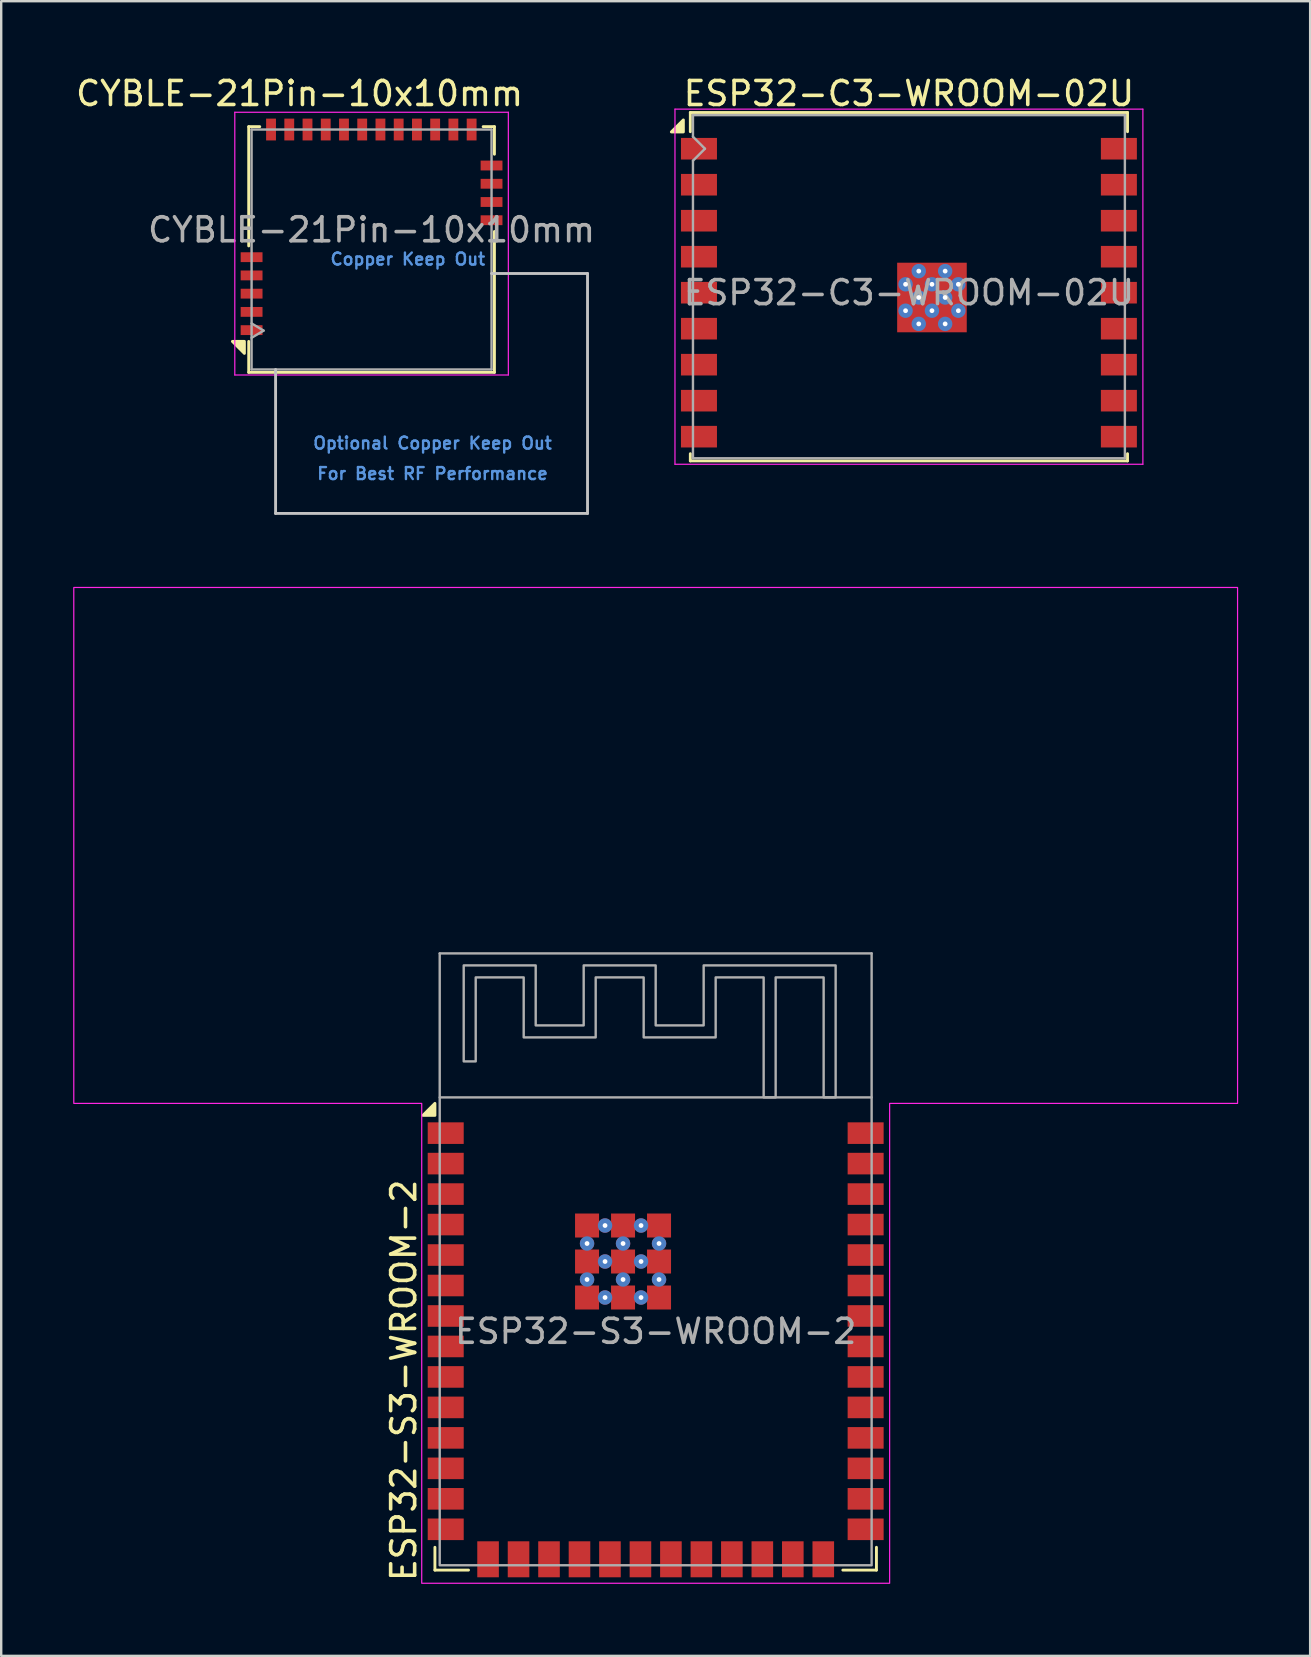
<source format=kicad_pcb>
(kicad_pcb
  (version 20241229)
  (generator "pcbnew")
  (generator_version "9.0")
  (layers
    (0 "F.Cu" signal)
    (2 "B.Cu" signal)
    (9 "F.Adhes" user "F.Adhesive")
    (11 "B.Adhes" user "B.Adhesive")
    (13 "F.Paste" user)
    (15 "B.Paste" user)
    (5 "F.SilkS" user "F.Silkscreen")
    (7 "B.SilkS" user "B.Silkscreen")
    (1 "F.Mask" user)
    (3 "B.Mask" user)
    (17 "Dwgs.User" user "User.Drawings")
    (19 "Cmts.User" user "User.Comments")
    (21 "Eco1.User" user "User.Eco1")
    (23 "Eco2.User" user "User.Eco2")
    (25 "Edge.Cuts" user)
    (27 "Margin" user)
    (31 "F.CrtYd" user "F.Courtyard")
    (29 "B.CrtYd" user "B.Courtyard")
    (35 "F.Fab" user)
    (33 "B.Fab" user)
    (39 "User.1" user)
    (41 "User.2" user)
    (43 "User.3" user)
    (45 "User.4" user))
  (footprint "ESP32-C3-WROOM-02U"
    (layer "F.Cu")
    (at 34.829 9.148)
    (property "Reference" "ESP32-C3-WROOM-02U" (at 0 -8.3 180) (layer "F.SilkS") (effects (font (size 1 1) (thickness 0.15))))
    (attr smd)
    (fp_line (start -9.11 -7.51) (end -9.11 -6.71) (stroke (width 0.12) (type solid)) (layer "F.SilkS"))
    (fp_line (start -9.11 -7.51) (end 9.11 -7.51) (stroke (width 0.12) (type solid)) (layer "F.SilkS"))
    (fp_line (start -9.11 6.71) (end -9.11 7.01) (stroke (width 0.12) (type solid)) (layer "F.SilkS"))
    (fp_line (start -9.11 7.01) (end 9.11 7.01) (stroke (width 0.12) (type solid)) (layer "F.SilkS"))
    (fp_line (start 9.11 -7.51) (end 9.11 -6.71) (stroke (width 0.12) (type solid)) (layer "F.SilkS"))
    (fp_line (start 9.11 6.71) (end 9.11 7.01) (stroke (width 0.12) (type solid)) (layer "F.SilkS"))
    (fp_poly (pts (xy -9.4 -6.7) (xy -9.9 -6.7) (xy -9.4 -7.2) (xy -9.4 -6.7)) (stroke (width 0.12) (type solid)) (fill yes) (layer "F.SilkS"))
    (fp_line (start -9.75 -7.65) (end 9.75 -7.65) (stroke (width 0.05) (type solid)) (layer "F.CrtYd"))
    (fp_line (start -9.75 7.15) (end -9.75 -7.65) (stroke (width 0.05) (type solid)) (layer "F.CrtYd"))
    (fp_line (start -9.75 7.15) (end 9.75 7.15) (stroke (width 0.05) (type solid)) (layer "F.CrtYd"))
    (fp_line (start 9.75 -7.65) (end 9.75 7.15) (stroke (width 0.05) (type solid)) (layer "F.CrtYd"))
    (fp_line (start -9 -7.4) (end -9 -6.5) (stroke (width 0.1) (type solid)) (layer "F.Fab"))
    (fp_line (start -9 -7.4) (end 9 -7.4) (stroke (width 0.1) (type solid)) (layer "F.Fab"))
    (fp_line (start -9 -6.5) (end -8.5 -6) (stroke (width 0.1) (type solid)) (layer "F.Fab"))
    (fp_line (start -9 -5.5) (end -9 6.9) (stroke (width 0.1) (type solid)) (layer "F.Fab"))
    (fp_line (start -9 6.9) (end 9 6.9) (stroke (width 0.1) (type solid)) (layer "F.Fab"))
    (fp_line (start -8.5 -6) (end -9 -5.5) (stroke (width 0.1) (type solid)) (layer "F.Fab"))
    (fp_line (start 9 6.9) (end 9 -7.4) (stroke (width 0.1) (type solid)) (layer "F.Fab"))
    (fp_text user "${REFERENCE}" (at 0 0 0) (layer "F.Fab") (effects (font (size 1 1) (thickness 0.15))))
    (pad "" smd rect (at -0.14 -0.9) (size 0.7 0.7) (layers "F.Paste"))
    (pad "" smd rect (at -0.14 0.2) (size 0.7 0.7) (layers "F.Paste"))
    (pad "" smd rect (at -0.14 1.3) (size 0.7 0.7) (layers "F.Paste"))
    (pad "" smd rect (at 0.96 -0.9) (size 0.7 0.7) (layers "F.Paste"))
    (pad "" smd rect (at 0.96 0.2) (size 0.7 0.7) (layers "F.Paste"))
    (pad "" smd rect (at 0.96 1.3) (size 0.7 0.7) (layers "F.Paste"))
    (pad "" smd rect (at 2.06 -0.9) (size 0.7 0.7) (layers "F.Paste"))
    (pad "" smd rect (at 2.06 0.2) (size 0.7 0.7) (layers "F.Paste"))
    (pad "" smd rect (at 2.06 1.3) (size 0.7 0.7) (layers "F.Paste"))
    (pad "1" smd rect (at -8.75 -6) (size 1.5 0.9) (layers "F.Cu" "F.Mask" "F.Paste"))
    (pad "2" smd rect (at -8.75 -4.5) (size 1.5 0.9) (layers "F.Cu" "F.Mask" "F.Paste"))
    (pad "3" smd rect (at -8.75 -3) (size 1.5 0.9) (layers "F.Cu" "F.Mask" "F.Paste"))
    (pad "4" smd rect (at -8.75 -1.5) (size 1.5 0.9) (layers "F.Cu" "F.Mask" "F.Paste"))
    (pad "5" smd rect (at -8.75 0) (size 1.5 0.9) (layers "F.Cu" "F.Mask" "F.Paste"))
    (pad "6" smd rect (at -8.75 1.5) (size 1.5 0.9) (layers "F.Cu" "F.Mask" "F.Paste"))
    (pad "7" smd rect (at -8.75 3) (size 1.5 0.9) (layers "F.Cu" "F.Mask" "F.Paste"))
    (pad "8" smd rect (at -8.75 4.5) (size 1.5 0.9) (layers "F.Cu" "F.Mask" "F.Paste"))
    (pad "9" smd rect (at -8.75 6) (size 1.5 0.9) (layers "F.Cu" "F.Mask" "F.Paste"))
    (pad "10" smd rect (at 8.75 6) (size 1.5 0.9) (layers "F.Cu" "F.Mask" "F.Paste"))
    (pad "11" smd rect (at 8.75 4.5) (size 1.5 0.9) (layers "F.Cu" "F.Mask" "F.Paste"))
    (pad "12" smd rect (at 8.75 3) (size 1.5 0.9) (layers "F.Cu" "F.Mask" "F.Paste"))
    (pad "13" smd rect (at 8.75 1.5) (size 1.5 0.9) (layers "F.Cu" "F.Mask" "F.Paste"))
    (pad "14" smd rect (at 8.75 0) (size 1.5 0.9) (layers "F.Cu" "F.Mask" "F.Paste"))
    (pad "15" smd rect (at 8.75 -1.5) (size 1.5 0.9) (layers "F.Cu" "F.Mask" "F.Paste"))
    (pad "16" smd rect (at 8.75 -3) (size 1.5 0.9) (layers "F.Cu" "F.Mask" "F.Paste"))
    (pad "17" smd rect (at 8.75 -4.5) (size 1.5 0.9) (layers "F.Cu" "F.Mask" "F.Paste"))
    (pad "18" smd rect (at 8.75 -6) (size 1.5 0.9) (layers "F.Cu" "F.Mask" "F.Paste"))
    (pad "19" thru_hole circle (at -0.14 -0.35) (size 0.6 0.6) (drill 0.2) (property pad_prop_heatsink) (layers "*.Cu" "F.Mask"))
    (pad "19" thru_hole circle (at -0.14 0.75) (size 0.6 0.6) (drill 0.2) (property pad_prop_heatsink) (layers "*.Cu" "F.Mask"))
    (pad "19" thru_hole circle (at 0.41 -0.9) (size 0.6 0.6) (drill 0.2) (property pad_prop_heatsink) (layers "*.Cu" "F.Mask"))
    (pad "19" thru_hole circle (at 0.41 0.2) (size 0.6 0.6) (drill 0.2) (property pad_prop_heatsink) (layers "*.Cu" "F.Mask"))
    (pad "19" thru_hole circle (at 0.41 1.3) (size 0.6 0.6) (drill 0.2) (property pad_prop_heatsink) (layers "*.Cu" "F.Mask"))
    (pad "19" thru_hole circle (at 0.96 -0.35) (size 0.6 0.6) (drill 0.2) (property pad_prop_heatsink) (layers "*.Cu" "F.Mask"))
    (pad "19" smd rect (at 0.96 0.2) (size 2.9 2.9) (layers "F.Cu" "F.Mask"))
    (pad "19" thru_hole circle (at 0.96 0.75) (size 0.6 0.6) (drill 0.2) (property pad_prop_heatsink) (layers "*.Cu" "F.Mask"))
    (pad "19" thru_hole circle (at 1.51 -0.9) (size 0.6 0.6) (drill 0.2) (property pad_prop_heatsink) (layers "*.Cu" "F.Mask"))
    (pad "19" thru_hole circle (at 1.51 0.2) (size 0.6 0.6) (drill 0.2) (property pad_prop_heatsink) (layers "*.Cu" "F.Mask"))
    (pad "19" thru_hole circle (at 1.51 1.3) (size 0.6 0.6) (drill 0.2) (property pad_prop_heatsink) (layers "*.Cu" "F.Mask"))
    (pad "19" thru_hole circle (at 2.06 -0.35) (size 0.6 0.6) (drill 0.2) (property pad_prop_heatsink) (layers "*.Cu" "F.Mask"))
    (pad "19" thru_hole circle (at 2.06 0.75) (size 0.6 0.6) (drill 0.2) (property pad_prop_heatsink) (layers "*.Cu" "F.Mask")))
  (footprint "ESP32-S3-WROOM-2"
    (layer "F.Cu")
    (at 24.275 49.433)
    (property "Reference" "ESP32-S3-WROOM-2" (at -10.5 13.5 90) (layer "F.SilkS") (effects (font (size 1 1) (thickness 0.15)) (justify left)))
    (attr smd)
    (fp_line (start -9.2 12.95) (end -9.2 12) (stroke (width 0.12) (type solid)) (layer "F.SilkS"))
    (fp_line (start -7.8 12.95) (end -9.2 12.95) (stroke (width 0.12) (type solid)) (layer "F.SilkS"))
    (fp_line (start 7.8 12.95) (end 9.2 12.95) (stroke (width 0.12) (type solid)) (layer "F.SilkS"))
    (fp_line (start 9.2 12.95) (end 9.2 12) (stroke (width 0.12) (type solid)) (layer "F.SilkS"))
    (fp_poly (pts (xy -9.2 -6) (xy -9.7 -6) (xy -9.2 -6.5) (xy -9.2 -6)) (stroke (width 0.12) (type solid)) (fill yes) (layer "F.SilkS"))
    (fp_poly (pts (xy -24.25 -28) (xy 24.25 -28) (xy 24.25 -6.5) (xy 9.75 -6.5) (xy 9.75 13.5) (xy -9.75 13.5) (xy -9.75 -6.5) (xy -24.25 -6.5)) (stroke (width 0.05) (type solid)) (fill no) (layer "F.CrtYd"))
    (fp_line (start -9 -12.75) (end 9 -12.75) (stroke (width 0.1) (type solid)) (layer "F.Fab"))
    (fp_line (start -9 -6.75) (end -9 -12.75) (stroke (width 0.1) (type solid)) (layer "F.Fab"))
    (fp_line (start 9 -12.75) (end 9 -6.75) (stroke (width 0.1) (type solid)) (layer "F.Fab"))
    (fp_rect (start -9 -6.75) (end 9 12.75) (stroke (width 0.1) (type solid)) (fill no) (layer "F.Fab"))
    (fp_poly (pts (xy -5 -9.75) (xy -3 -9.75) (xy -3 -12.25) (xy 0 -12.25) (xy 0 -9.75) (xy 2 -9.75) (xy 2 -12.25) (xy 7.5 -12.25) (xy 7.5 -6.75) (xy 7 -6.75) (xy 7 -11.75) (xy 5 -11.75) (xy 5 -6.75) (xy 4.5 -6.75) (xy 4.5 -11.75) (xy 2.5 -11.75) (xy 2.5 -9.25) (xy -0.5 -9.25) (xy -0.5 -11.75) (xy -2.5 -11.75) (xy -2.5 -9.25) (xy -5.5 -9.25) (xy -5.5 -11.75) (xy -7.5 -11.75) (xy -7.5 -8.25) (xy -8 -8.25) (xy -8 -12.25) (xy -5 -12.25)) (stroke (width 0.1) (type solid)) (fill no) (layer "F.Fab"))
    (fp_text user "${REFERENCE}" (at 0 3 0) (layer "F.Fab") (effects (font (size 1 1) (thickness 0.15))))
    (pad "1" smd rect (at -8.75 -5.26) (size 1.5 0.9) (layers "F.Cu" "F.Mask" "F.Paste"))
    (pad "2" smd rect (at -8.75 -3.99) (size 1.5 0.9) (layers "F.Cu" "F.Mask" "F.Paste"))
    (pad "3" smd rect (at -8.75 -2.72) (size 1.5 0.9) (layers "F.Cu" "F.Mask" "F.Paste"))
    (pad "4" smd rect (at -8.75 -1.45) (size 1.5 0.9) (layers "F.Cu" "F.Mask" "F.Paste"))
    (pad "5" smd rect (at -8.75 -0.18) (size 1.5 0.9) (layers "F.Cu" "F.Mask" "F.Paste"))
    (pad "6" smd rect (at -8.75 1.09) (size 1.5 0.9) (layers "F.Cu" "F.Mask" "F.Paste"))
    (pad "7" smd rect (at -8.75 2.36) (size 1.5 0.9) (layers "F.Cu" "F.Mask" "F.Paste"))
    (pad "8" smd rect (at -8.75 3.63) (size 1.5 0.9) (layers "F.Cu" "F.Mask" "F.Paste"))
    (pad "9" smd rect (at -8.75 4.9) (size 1.5 0.9) (layers "F.Cu" "F.Mask" "F.Paste"))
    (pad "10" smd rect (at -8.75 6.17) (size 1.5 0.9) (layers "F.Cu" "F.Mask" "F.Paste"))
    (pad "11" smd rect (at -8.75 7.44) (size 1.5 0.9) (layers "F.Cu" "F.Mask" "F.Paste"))
    (pad "12" smd rect (at -8.75 8.71) (size 1.5 0.9) (layers "F.Cu" "F.Mask" "F.Paste"))
    (pad "13" smd rect (at -8.75 9.98) (size 1.5 0.9) (layers "F.Cu" "F.Mask" "F.Paste"))
    (pad "14" smd rect (at -8.75 11.25) (size 1.5 0.9) (layers "F.Cu" "F.Mask" "F.Paste"))
    (pad "15" smd rect (at -6.985 12.5 90) (size 1.5 0.9) (layers "F.Cu" "F.Mask" "F.Paste"))
    (pad "16" smd rect (at -5.715 12.5 90) (size 1.5 0.9) (layers "F.Cu" "F.Mask" "F.Paste"))
    (pad "17" smd rect (at -4.445 12.5 90) (size 1.5 0.9) (layers "F.Cu" "F.Mask" "F.Paste"))
    (pad "18" smd rect (at -3.175 12.5 90) (size 1.5 0.9) (layers "F.Cu" "F.Mask" "F.Paste"))
    (pad "19" smd rect (at -1.905 12.5 90) (size 1.5 0.9) (layers "F.Cu" "F.Mask" "F.Paste"))
    (pad "20" smd rect (at -0.635 12.5 90) (size 1.5 0.9) (layers "F.Cu" "F.Mask" "F.Paste"))
    (pad "21" smd rect (at 0.635 12.5 90) (size 1.5 0.9) (layers "F.Cu" "F.Mask" "F.Paste"))
    (pad "22" smd rect (at 1.905 12.5 90) (size 1.5 0.9) (layers "F.Cu" "F.Mask" "F.Paste"))
    (pad "23" smd rect (at 3.175 12.5 90) (size 1.5 0.9) (layers "F.Cu" "F.Mask" "F.Paste"))
    (pad "24" smd rect (at 4.445 12.5 90) (size 1.5 0.9) (layers "F.Cu" "F.Mask" "F.Paste"))
    (pad "25" smd rect (at 5.715 12.5 90) (size 1.5 0.9) (layers "F.Cu" "F.Mask" "F.Paste"))
    (pad "26" smd rect (at 6.985 12.5 90) (size 1.5 0.9) (layers "F.Cu" "F.Mask" "F.Paste"))
    (pad "27" smd rect (at 8.75 11.25) (size 1.5 0.9) (layers "F.Cu" "F.Mask" "F.Paste"))
    (pad "28" smd rect (at 8.75 9.98) (size 1.5 0.9) (layers "F.Cu" "F.Mask" "F.Paste"))
    (pad "29" smd rect (at 8.75 8.71) (size 1.5 0.9) (layers "F.Cu" "F.Mask" "F.Paste"))
    (pad "30" smd rect (at 8.75 7.44) (size 1.5 0.9) (layers "F.Cu" "F.Mask" "F.Paste"))
    (pad "31" smd rect (at 8.75 6.17) (size 1.5 0.9) (layers "F.Cu" "F.Mask" "F.Paste"))
    (pad "32" smd rect (at 8.75 4.9) (size 1.5 0.9) (layers "F.Cu" "F.Mask" "F.Paste"))
    (pad "33" smd rect (at 8.75 3.63) (size 1.5 0.9) (layers "F.Cu" "F.Mask" "F.Paste"))
    (pad "34" smd rect (at 8.75 2.36) (size 1.5 0.9) (layers "F.Cu" "F.Mask" "F.Paste"))
    (pad "35" smd rect (at 8.75 1.09) (size 1.5 0.9) (layers "F.Cu" "F.Mask" "F.Paste"))
    (pad "36" smd rect (at 8.75 -0.18) (size 1.5 0.9) (layers "F.Cu" "F.Mask" "F.Paste"))
    (pad "37" smd rect (at 8.75 -1.45) (size 1.5 0.9) (layers "F.Cu" "F.Mask" "F.Paste"))
    (pad "38" smd rect (at 8.75 -2.72) (size 1.5 0.9) (layers "F.Cu" "F.Mask" "F.Paste"))
    (pad "39" smd rect (at 8.75 -3.99) (size 1.5 0.9) (layers "F.Cu" "F.Mask" "F.Paste"))
    (pad "40" smd rect (at 8.75 -5.26) (size 1.5 0.9) (layers "F.Cu" "F.Mask" "F.Paste"))
    (pad "41" smd rect (at -2.86 -1.41) (size 1 1) (layers "F.Cu" "F.Mask" "F.Paste"))
    (pad "41" thru_hole circle (at -2.86 -0.66) (size 0.6 0.6) (drill 0.2) (layers "*.Cu" "*.Mask"))
    (pad "41" smd rect (at -2.86 0.09) (size 1 1) (layers "F.Cu" "F.Mask" "F.Paste"))
    (pad "41" thru_hole circle (at -2.86 0.84) (size 0.6 0.6) (drill 0.2) (layers "*.Cu" "*.Mask"))
    (pad "41" smd rect (at -2.86 1.59) (size 1 1) (layers "F.Cu" "F.Mask" "F.Paste"))
    (pad "41" thru_hole circle (at -2.11 -1.41) (size 0.6 0.6) (drill 0.2) (layers "*.Cu" "*.Mask"))
    (pad "41" thru_hole circle (at -2.11 0.09) (size 0.6 0.6) (drill 0.2) (layers "*.Cu" "*.Mask"))
    (pad "41" thru_hole circle (at -2.11 1.59) (size 0.6 0.6) (drill 0.2) (layers "*.Cu" "*.Mask"))
    (pad "41" smd rect (at -1.36 -1.41) (size 1 1) (layers "F.Cu" "F.Mask" "F.Paste"))
    (pad "41" thru_hole circle (at -1.36 -0.66) (size 0.6 0.6) (drill 0.2) (layers "*.Cu" "*.Mask"))
    (pad "41" smd rect (at -1.36 0.09) (size 1 1) (layers "F.Cu" "F.Mask" "F.Paste"))
    (pad "41" thru_hole circle (at -1.36 0.84) (size 0.6 0.6) (drill 0.2) (layers "*.Cu" "*.Mask"))
    (pad "41" smd rect (at -1.36 1.59) (size 1 1) (layers "F.Cu" "F.Mask" "F.Paste"))
    (pad "41" thru_hole circle (at -0.61 -1.41) (size 0.6 0.6) (drill 0.2) (layers "*.Cu" "*.Mask"))
    (pad "41" thru_hole circle (at -0.61 0.09) (size 0.6 0.6) (drill 0.2) (layers "*.Cu" "*.Mask"))
    (pad "41" thru_hole circle (at -0.61 1.59) (size 0.6 0.6) (drill 0.2) (layers "*.Cu" "*.Mask"))
    (pad "41" smd rect (at 0.14 -1.41) (size 1 1) (layers "F.Cu" "F.Mask" "F.Paste"))
    (pad "41" thru_hole circle (at 0.14 -0.66) (size 0.6 0.6) (drill 0.2) (layers "*.Cu" "*.Mask"))
    (pad "41" smd rect (at 0.14 0.09) (size 1 1) (layers "F.Cu" "F.Mask" "F.Paste"))
    (pad "41" thru_hole circle (at 0.14 0.84) (size 0.6 0.6) (drill 0.2) (layers "*.Cu" "*.Mask"))
    (pad "41" smd rect (at 0.14 1.59) (size 1 1) (layers "F.Cu" "F.Mask" "F.Paste"))
    (zone (net_name "") (layer "F.Cu") (hatch full 0.5) (connect_pads) (min_thickness 0.25) (filled_areas_thickness no) (keepout (tracks not_allowed) (vias not_allowed) (pads not_allowed) (copperpour not_allowed) (footprints not_allowed)) (placement (enabled no)) (fill) (polygon (pts (xy 0.275 21.683) (xy 48.275 21.683) (xy 48.275 42.683) (xy 0.275 42.683)))))
  (footprint "CYBLE-21Pin-10x10mm"
    (layer "F.Cu")
    (at 12.435 6.528)
    (property "Reference" "CYBLE-21Pin-10x10mm" (at -3 -5.68 0) (layer "F.SilkS") (effects (font (size 1 1) (thickness 0.15))))
    (attr smd)
    (fp_line (start -5.12 -4.3) (end -5.12 0.67) (stroke (width 0.12) (type solid)) (layer "F.SilkS"))
    (fp_line (start -5.12 4.65) (end -5.12 5.94) (stroke (width 0.12) (type solid)) (layer "F.SilkS"))
    (fp_line (start -5.12 5.94) (end 5.12 5.94) (stroke (width 0.12) (type solid)) (layer "F.SilkS"))
    (fp_line (start -4.66 -4.3) (end -5.12 -4.3) (stroke (width 0.12) (type solid)) (layer "F.SilkS"))
    (fp_line (start 5.12 -4.3) (end 4.65 -4.3) (stroke (width 0.12) (type solid)) (layer "F.SilkS"))
    (fp_line (start 5.12 -4.3) (end 5.12 -3.15) (stroke (width 0.12) (type solid)) (layer "F.SilkS"))
    (fp_line (start 5.12 5.94) (end 5.12 0.07) (stroke (width 0.12) (type solid)) (layer "F.SilkS"))
    (fp_poly (pts (xy -5.3 4.65) (xy -5.3 5.15) (xy -5.8 4.65) (xy -5.3 4.65)) (stroke (width 0.12) (type solid)) (fill yes) (layer "F.SilkS"))
    (fp_line (start -4 11.82) (end -4 5.82) (stroke (width 0.12) (type solid)) (layer "Dwgs.User"))
    (fp_line (start 5 1.82) (end 9 1.82) (stroke (width 0.12) (type solid)) (layer "Dwgs.User"))
    (fp_line (start 9 1.82) (end 9 11.82) (stroke (width 0.12) (type solid)) (layer "Dwgs.User"))
    (fp_line (start 9 11.82) (end -4 11.82) (stroke (width 0.12) (type solid)) (layer "Dwgs.User"))
    (fp_line (start -5.7 -4.9) (end -5.7 6.05) (stroke (width 0.05) (type solid)) (layer "F.CrtYd"))
    (fp_line (start -5.7 6.05) (end 5.7 6.05) (stroke (width 0.05) (type solid)) (layer "F.CrtYd"))
    (fp_line (start 5.7 -4.9) (end -5.7 -4.9) (stroke (width 0.05) (type solid)) (layer "F.CrtYd"))
    (fp_line (start 5.7 6.05) (end 5.7 -4.9) (stroke (width 0.05) (type solid)) (layer "F.CrtYd"))
    (fp_line (start -5 -4.18) (end 5 -4.18) (stroke (width 0.1) (type solid)) (layer "F.Fab"))
    (fp_line (start -5 3.9) (end -4.5 4.2) (stroke (width 0.1) (type solid)) (layer "F.Fab"))
    (fp_line (start -5 5.82) (end -5 -4.18) (stroke (width 0.1) (type solid)) (layer "F.Fab"))
    (fp_line (start -4.5 4.2) (end -5 4.5) (stroke (width 0.1) (type solid)) (layer "F.Fab"))
    (fp_line (start 5 -4.18) (end 5 5.82) (stroke (width 0.1) (type solid)) (layer "F.Fab"))
    (fp_line (start 5 5.82) (end -5 5.82) (stroke (width 0.1) (type solid)) (layer "F.Fab"))
    (fp_text user "Optional Copper Keep Out" (at 2.54 8.89 0) (layer "Cmts.User") (effects (font (size 0.5 0.5) (thickness 0.1))))
    (fp_text user "For Best RF Performance" (at 2.54 10.16 0) (layer "Cmts.User") (effects (font (size 0.5 0.5) (thickness 0.1))))
    (fp_text user "Copper Keep Out" (at 1.51 1.22 0) (layer "Cmts.User") (effects (font (size 0.5 0.5) (thickness 0.1))))
    (fp_text user "${REFERENCE}" (at 0 0 0) (layer "F.Fab") (effects (font (size 1 1) (thickness 0.15))))
    (pad "1" smd rect (at -5 4.18) (size 0.91 0.41) (layers "F.Cu" "F.Mask" "F.Paste"))
    (pad "2" smd rect (at -5 3.42) (size 0.91 0.41) (layers "F.Cu" "F.Mask" "F.Paste"))
    (pad "3" smd rect (at -5 2.66) (size 0.91 0.41) (layers "F.Cu" "F.Mask" "F.Paste"))
    (pad "4" smd rect (at -5 1.9) (size 0.91 0.41) (layers "F.Cu" "F.Mask" "F.Paste"))
    (pad "5" smd rect (at -5 1.14) (size 0.91 0.41) (layers "F.Cu" "F.Mask" "F.Paste"))
    (pad "6" smd rect (at -4.19 -4.18) (size 0.41 0.91) (layers "F.Cu" "F.Mask" "F.Paste"))
    (pad "7" smd rect (at -3.43 -4.18) (size 0.41 0.91) (layers "F.Cu" "F.Mask" "F.Paste"))
    (pad "8" smd rect (at -2.67 -4.18) (size 0.41 0.91) (layers "F.Cu" "F.Mask" "F.Paste"))
    (pad "9" smd rect (at -1.91 -4.18) (size 0.41 0.91) (layers "F.Cu" "F.Mask" "F.Paste"))
    (pad "10" smd rect (at -1.15 -4.18) (size 0.41 0.91) (layers "F.Cu" "F.Mask" "F.Paste"))
    (pad "11" smd rect (at -0.39 -4.18) (size 0.41 0.91) (layers "F.Cu" "F.Mask" "F.Paste"))
    (pad "12" smd rect (at 0.37 -4.18) (size 0.41 0.91) (layers "F.Cu" "F.Mask" "F.Paste"))
    (pad "13" smd rect (at 1.13 -4.18) (size 0.41 0.91) (layers "F.Cu" "F.Mask" "F.Paste"))
    (pad "14" smd rect (at 1.89 -4.18) (size 0.41 0.91) (layers "F.Cu" "F.Mask" "F.Paste"))
    (pad "15" smd rect (at 2.65 -4.18) (size 0.41 0.91) (layers "F.Cu" "F.Mask" "F.Paste"))
    (pad "16" smd rect (at 3.41 -4.18) (size 0.41 0.91) (layers "F.Cu" "F.Mask" "F.Paste"))
    (pad "17" smd rect (at 4.17 -4.18) (size 0.41 0.91) (layers "F.Cu" "F.Mask" "F.Paste"))
    (pad "18" smd rect (at 5 -2.68) (size 0.91 0.41) (layers "F.Cu" "F.Mask" "F.Paste"))
    (pad "19" smd rect (at 5 -1.92) (size 0.91 0.41) (layers "F.Cu" "F.Mask" "F.Paste"))
    (pad "20" smd rect (at 5 -1.16) (size 0.91 0.41) (layers "F.Cu" "F.Mask" "F.Paste"))
    (pad "21" smd rect (at 5 -0.4) (size 0.91 0.41) (layers "F.Cu" "F.Mask" "F.Paste"))
    (zone (net_name "") (layers "F.Cu" "B.Cu") (hatch full 0.508) (connect_pads) (min_thickness 0.254) (filled_areas_thickness no) (keepout (tracks not_allowed) (vias not_allowed) (pads not_allowed) (copperpour not_allowed) (footprints not_allowed)) (placement (enabled no)) (fill) (polygon (pts (xy 10.435 7.378) (xy 17.435 7.378) (xy 17.435 12.348) (xy 10.435 12.348)))))
  (gr_rect
    (start -3 -3)
    (end 51.55 65.958)
    (stroke (width 0.1) (type default))
    (fill no)
    (layer "Edge.Cuts")))
</source>
